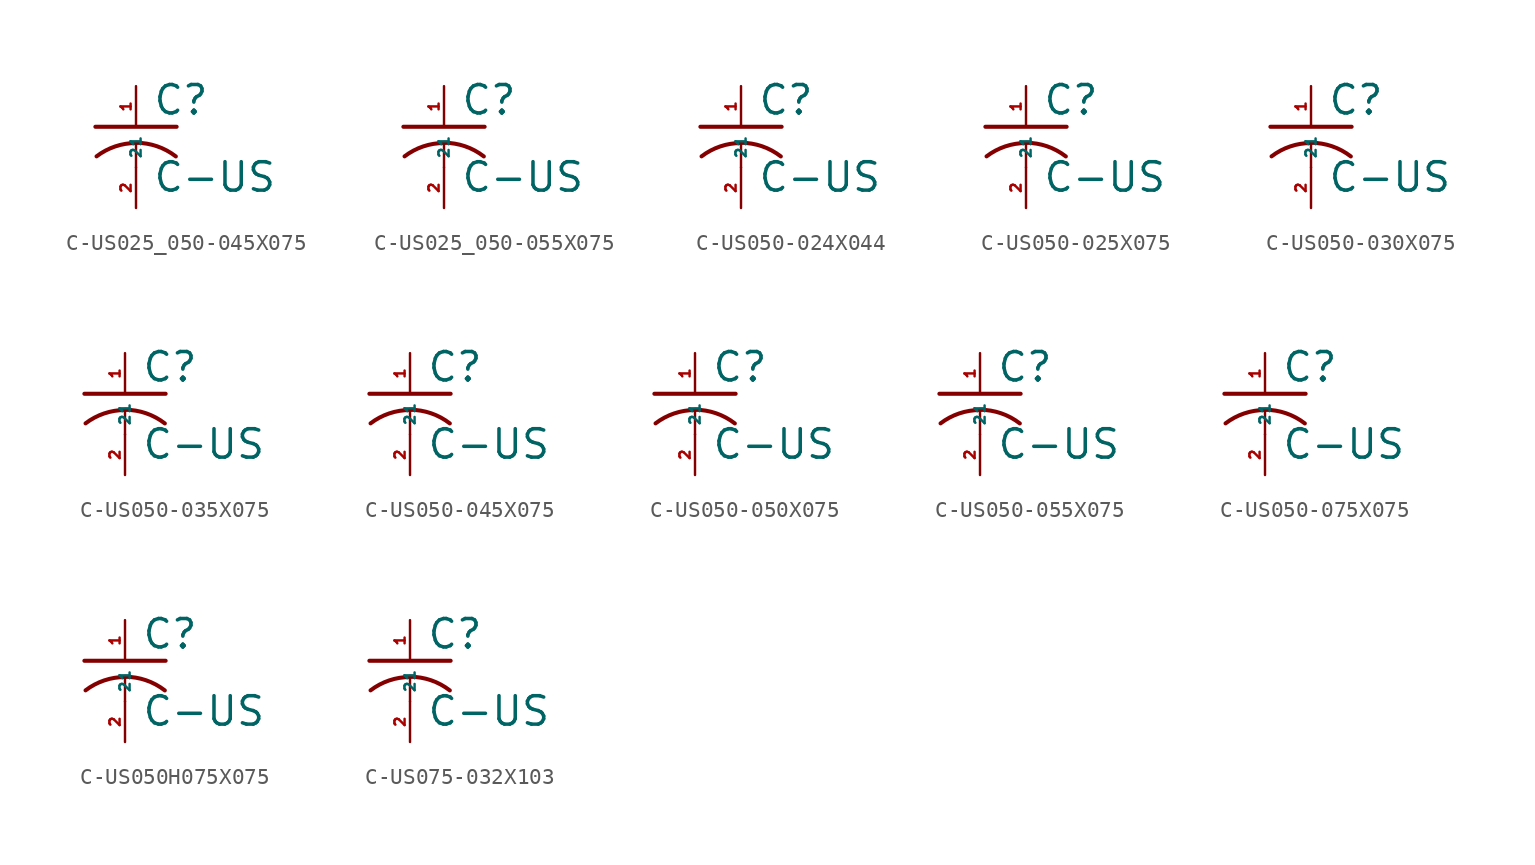
<source format=kicad_sym>
(kicad_symbol_lib
  (version 20220914)
  (generator Eagle2Kicad)
  (symbol "C-US025_050-045X075"
    (property "Reference" "C"
      (at 1.016 0.635 0)
      (effects (font (size 1.778 1.778) (thickness 0.22)) (justify left bottom)))
    (property "Value" "C-US"
      (at 1.016 -4.191 0)
      (effects (font (size 1.778 1.778) (thickness 0.22)) (justify left bottom)))
    (polyline
      (pts (xy -2.54 0) (xy 2.54 0))
      (stroke (width 0.254) (type default))
      (fill (type none)))
    (polyline
      (pts (xy 0 -1.016) (xy 0 -2.54))
      (stroke (width 0.152) (type default))
      (fill (type none)))
    (arc
      (start 2.4892 -1.8542)
      (mid 1.316 -1.220)
      (end 0 -1)
      (stroke (width 0.254) (type default))
      (fill (type none)))
    (arc
      (start 0 -1.0161)
      (mid -1.302 -1.230)
      (end -2.4668 -1.8504)
      (stroke (width 0.254) (type default))
      (fill (type none)))
    (pin passive line
      (at 0 2.54 270)
      (length 2.54)
      (name "1" (effects (font (size 0.635 0.635) (thickness 0.08)) (justify left bottom)))
      (number "1" (effects (font (size 0.635 0.635) (thickness 0.08)) (justify left bottom))))
    (pin passive line
      (at 0 -5.08 90)
      (length 2.54)
      (name "2" (effects (font (size 0.635 0.635) (thickness 0.08)) (justify left bottom)))
      (number "2" (effects (font (size 0.635 0.635) (thickness 0.08)) (justify left bottom)))))
  (symbol "C-US025_050-055X075"
    (property "Reference" "C"
      (at 1.016 0.635 0)
      (effects (font (size 1.778 1.778) (thickness 0.22)) (justify left bottom)))
    (property "Value" "C-US"
      (at 1.016 -4.191 0)
      (effects (font (size 1.778 1.778) (thickness 0.22)) (justify left bottom)))
    (polyline
      (pts (xy -2.54 0) (xy 2.54 0))
      (stroke (width 0.254) (type default))
      (fill (type none)))
    (polyline
      (pts (xy 0 -1.016) (xy 0 -2.54))
      (stroke (width 0.152) (type default))
      (fill (type none)))
    (arc
      (start 2.4892 -1.8542)
      (mid 1.316 -1.220)
      (end 0 -1)
      (stroke (width 0.254) (type default))
      (fill (type none)))
    (arc
      (start 0 -1.0161)
      (mid -1.302 -1.230)
      (end -2.4668 -1.8504)
      (stroke (width 0.254) (type default))
      (fill (type none)))
    (pin passive line
      (at 0 2.54 270)
      (length 2.54)
      (name "1" (effects (font (size 0.635 0.635) (thickness 0.08)) (justify left bottom)))
      (number "1" (effects (font (size 0.635 0.635) (thickness 0.08)) (justify left bottom))))
    (pin passive line
      (at 0 -5.08 90)
      (length 2.54)
      (name "2" (effects (font (size 0.635 0.635) (thickness 0.08)) (justify left bottom)))
      (number "2" (effects (font (size 0.635 0.635) (thickness 0.08)) (justify left bottom)))))
  (symbol "C-US050-024X044"
    (property "Reference" "C"
      (at 1.016 0.635 0)
      (effects (font (size 1.778 1.778) (thickness 0.22)) (justify left bottom)))
    (property "Value" "C-US"
      (at 1.016 -4.191 0)
      (effects (font (size 1.778 1.778) (thickness 0.22)) (justify left bottom)))
    (polyline
      (pts (xy -2.54 0) (xy 2.54 0))
      (stroke (width 0.254) (type default))
      (fill (type none)))
    (polyline
      (pts (xy 0 -1.016) (xy 0 -2.54))
      (stroke (width 0.152) (type default))
      (fill (type none)))
    (arc
      (start 2.4892 -1.8542)
      (mid 1.316 -1.220)
      (end 0 -1)
      (stroke (width 0.254) (type default))
      (fill (type none)))
    (arc
      (start 0 -1.0161)
      (mid -1.302 -1.230)
      (end -2.4668 -1.8504)
      (stroke (width 0.254) (type default))
      (fill (type none)))
    (pin passive line
      (at 0 2.54 270)
      (length 2.54)
      (name "1" (effects (font (size 0.635 0.635) (thickness 0.08)) (justify left bottom)))
      (number "1" (effects (font (size 0.635 0.635) (thickness 0.08)) (justify left bottom))))
    (pin passive line
      (at 0 -5.08 90)
      (length 2.54)
      (name "2" (effects (font (size 0.635 0.635) (thickness 0.08)) (justify left bottom)))
      (number "2" (effects (font (size 0.635 0.635) (thickness 0.08)) (justify left bottom)))))
  (symbol "C-US050-025X075"
    (property "Reference" "C"
      (at 1.016 0.635 0)
      (effects (font (size 1.778 1.778) (thickness 0.22)) (justify left bottom)))
    (property "Value" "C-US"
      (at 1.016 -4.191 0)
      (effects (font (size 1.778 1.778) (thickness 0.22)) (justify left bottom)))
    (polyline
      (pts (xy -2.54 0) (xy 2.54 0))
      (stroke (width 0.254) (type default))
      (fill (type none)))
    (polyline
      (pts (xy 0 -1.016) (xy 0 -2.54))
      (stroke (width 0.152) (type default))
      (fill (type none)))
    (arc
      (start 2.4892 -1.8542)
      (mid 1.316 -1.220)
      (end 0 -1)
      (stroke (width 0.254) (type default))
      (fill (type none)))
    (arc
      (start 0 -1.0161)
      (mid -1.302 -1.230)
      (end -2.4668 -1.8504)
      (stroke (width 0.254) (type default))
      (fill (type none)))
    (pin passive line
      (at 0 2.54 270)
      (length 2.54)
      (name "1" (effects (font (size 0.635 0.635) (thickness 0.08)) (justify left bottom)))
      (number "1" (effects (font (size 0.635 0.635) (thickness 0.08)) (justify left bottom))))
    (pin passive line
      (at 0 -5.08 90)
      (length 2.54)
      (name "2" (effects (font (size 0.635 0.635) (thickness 0.08)) (justify left bottom)))
      (number "2" (effects (font (size 0.635 0.635) (thickness 0.08)) (justify left bottom)))))
  (symbol "C-US050-030X075"
    (property "Reference" "C"
      (at 1.016 0.635 0)
      (effects (font (size 1.778 1.778) (thickness 0.22)) (justify left bottom)))
    (property "Value" "C-US"
      (at 1.016 -4.191 0)
      (effects (font (size 1.778 1.778) (thickness 0.22)) (justify left bottom)))
    (polyline
      (pts (xy -2.54 0) (xy 2.54 0))
      (stroke (width 0.254) (type default))
      (fill (type none)))
    (polyline
      (pts (xy 0 -1.016) (xy 0 -2.54))
      (stroke (width 0.152) (type default))
      (fill (type none)))
    (arc
      (start 2.4892 -1.8542)
      (mid 1.316 -1.220)
      (end 0 -1)
      (stroke (width 0.254) (type default))
      (fill (type none)))
    (arc
      (start 0 -1.0161)
      (mid -1.302 -1.230)
      (end -2.4668 -1.8504)
      (stroke (width 0.254) (type default))
      (fill (type none)))
    (pin passive line
      (at 0 2.54 270)
      (length 2.54)
      (name "1" (effects (font (size 0.635 0.635) (thickness 0.08)) (justify left bottom)))
      (number "1" (effects (font (size 0.635 0.635) (thickness 0.08)) (justify left bottom))))
    (pin passive line
      (at 0 -5.08 90)
      (length 2.54)
      (name "2" (effects (font (size 0.635 0.635) (thickness 0.08)) (justify left bottom)))
      (number "2" (effects (font (size 0.635 0.635) (thickness 0.08)) (justify left bottom)))))
  (symbol "C-US050-035X075"
    (property "Reference" "C"
      (at 1.016 0.635 0)
      (effects (font (size 1.778 1.778) (thickness 0.22)) (justify left bottom)))
    (property "Value" "C-US"
      (at 1.016 -4.191 0)
      (effects (font (size 1.778 1.778) (thickness 0.22)) (justify left bottom)))
    (polyline
      (pts (xy -2.54 0) (xy 2.54 0))
      (stroke (width 0.254) (type default))
      (fill (type none)))
    (polyline
      (pts (xy 0 -1.016) (xy 0 -2.54))
      (stroke (width 0.152) (type default))
      (fill (type none)))
    (arc
      (start 2.4892 -1.8542)
      (mid 1.316 -1.220)
      (end 0 -1)
      (stroke (width 0.254) (type default))
      (fill (type none)))
    (arc
      (start 0 -1.0161)
      (mid -1.302 -1.230)
      (end -2.4668 -1.8504)
      (stroke (width 0.254) (type default))
      (fill (type none)))
    (pin passive line
      (at 0 2.54 270)
      (length 2.54)
      (name "1" (effects (font (size 0.635 0.635) (thickness 0.08)) (justify left bottom)))
      (number "1" (effects (font (size 0.635 0.635) (thickness 0.08)) (justify left bottom))))
    (pin passive line
      (at 0 -5.08 90)
      (length 2.54)
      (name "2" (effects (font (size 0.635 0.635) (thickness 0.08)) (justify left bottom)))
      (number "2" (effects (font (size 0.635 0.635) (thickness 0.08)) (justify left bottom)))))
  (symbol "C-US050-045X075"
    (property "Reference" "C"
      (at 1.016 0.635 0)
      (effects (font (size 1.778 1.778) (thickness 0.22)) (justify left bottom)))
    (property "Value" "C-US"
      (at 1.016 -4.191 0)
      (effects (font (size 1.778 1.778) (thickness 0.22)) (justify left bottom)))
    (polyline
      (pts (xy -2.54 0) (xy 2.54 0))
      (stroke (width 0.254) (type default))
      (fill (type none)))
    (polyline
      (pts (xy 0 -1.016) (xy 0 -2.54))
      (stroke (width 0.152) (type default))
      (fill (type none)))
    (arc
      (start 2.4892 -1.8542)
      (mid 1.316 -1.220)
      (end 0 -1)
      (stroke (width 0.254) (type default))
      (fill (type none)))
    (arc
      (start 0 -1.0161)
      (mid -1.302 -1.230)
      (end -2.4668 -1.8504)
      (stroke (width 0.254) (type default))
      (fill (type none)))
    (pin passive line
      (at 0 2.54 270)
      (length 2.54)
      (name "1" (effects (font (size 0.635 0.635) (thickness 0.08)) (justify left bottom)))
      (number "1" (effects (font (size 0.635 0.635) (thickness 0.08)) (justify left bottom))))
    (pin passive line
      (at 0 -5.08 90)
      (length 2.54)
      (name "2" (effects (font (size 0.635 0.635) (thickness 0.08)) (justify left bottom)))
      (number "2" (effects (font (size 0.635 0.635) (thickness 0.08)) (justify left bottom)))))
  (symbol "C-US050-050X075"
    (property "Reference" "C"
      (at 1.016 0.635 0)
      (effects (font (size 1.778 1.778) (thickness 0.22)) (justify left bottom)))
    (property "Value" "C-US"
      (at 1.016 -4.191 0)
      (effects (font (size 1.778 1.778) (thickness 0.22)) (justify left bottom)))
    (polyline
      (pts (xy -2.54 0) (xy 2.54 0))
      (stroke (width 0.254) (type default))
      (fill (type none)))
    (polyline
      (pts (xy 0 -1.016) (xy 0 -2.54))
      (stroke (width 0.152) (type default))
      (fill (type none)))
    (arc
      (start 2.4892 -1.8542)
      (mid 1.316 -1.220)
      (end 0 -1)
      (stroke (width 0.254) (type default))
      (fill (type none)))
    (arc
      (start 0 -1.0161)
      (mid -1.302 -1.230)
      (end -2.4668 -1.8504)
      (stroke (width 0.254) (type default))
      (fill (type none)))
    (pin passive line
      (at 0 2.54 270)
      (length 2.54)
      (name "1" (effects (font (size 0.635 0.635) (thickness 0.08)) (justify left bottom)))
      (number "1" (effects (font (size 0.635 0.635) (thickness 0.08)) (justify left bottom))))
    (pin passive line
      (at 0 -5.08 90)
      (length 2.54)
      (name "2" (effects (font (size 0.635 0.635) (thickness 0.08)) (justify left bottom)))
      (number "2" (effects (font (size 0.635 0.635) (thickness 0.08)) (justify left bottom)))))
  (symbol "C-US050-055X075"
    (property "Reference" "C"
      (at 1.016 0.635 0)
      (effects (font (size 1.778 1.778) (thickness 0.22)) (justify left bottom)))
    (property "Value" "C-US"
      (at 1.016 -4.191 0)
      (effects (font (size 1.778 1.778) (thickness 0.22)) (justify left bottom)))
    (polyline
      (pts (xy -2.54 0) (xy 2.54 0))
      (stroke (width 0.254) (type default))
      (fill (type none)))
    (polyline
      (pts (xy 0 -1.016) (xy 0 -2.54))
      (stroke (width 0.152) (type default))
      (fill (type none)))
    (arc
      (start 2.4892 -1.8542)
      (mid 1.316 -1.220)
      (end 0 -1)
      (stroke (width 0.254) (type default))
      (fill (type none)))
    (arc
      (start 0 -1.0161)
      (mid -1.302 -1.230)
      (end -2.4668 -1.8504)
      (stroke (width 0.254) (type default))
      (fill (type none)))
    (pin passive line
      (at 0 2.54 270)
      (length 2.54)
      (name "1" (effects (font (size 0.635 0.635) (thickness 0.08)) (justify left bottom)))
      (number "1" (effects (font (size 0.635 0.635) (thickness 0.08)) (justify left bottom))))
    (pin passive line
      (at 0 -5.08 90)
      (length 2.54)
      (name "2" (effects (font (size 0.635 0.635) (thickness 0.08)) (justify left bottom)))
      (number "2" (effects (font (size 0.635 0.635) (thickness 0.08)) (justify left bottom)))))
  (symbol "C-US050-075X075"
    (property "Reference" "C"
      (at 1.016 0.635 0)
      (effects (font (size 1.778 1.778) (thickness 0.22)) (justify left bottom)))
    (property "Value" "C-US"
      (at 1.016 -4.191 0)
      (effects (font (size 1.778 1.778) (thickness 0.22)) (justify left bottom)))
    (polyline
      (pts (xy -2.54 0) (xy 2.54 0))
      (stroke (width 0.254) (type default))
      (fill (type none)))
    (polyline
      (pts (xy 0 -1.016) (xy 0 -2.54))
      (stroke (width 0.152) (type default))
      (fill (type none)))
    (arc
      (start 2.4892 -1.8542)
      (mid 1.316 -1.220)
      (end 0 -1)
      (stroke (width 0.254) (type default))
      (fill (type none)))
    (arc
      (start 0 -1.0161)
      (mid -1.302 -1.230)
      (end -2.4668 -1.8504)
      (stroke (width 0.254) (type default))
      (fill (type none)))
    (pin passive line
      (at 0 2.54 270)
      (length 2.54)
      (name "1" (effects (font (size 0.635 0.635) (thickness 0.08)) (justify left bottom)))
      (number "1" (effects (font (size 0.635 0.635) (thickness 0.08)) (justify left bottom))))
    (pin passive line
      (at 0 -5.08 90)
      (length 2.54)
      (name "2" (effects (font (size 0.635 0.635) (thickness 0.08)) (justify left bottom)))
      (number "2" (effects (font (size 0.635 0.635) (thickness 0.08)) (justify left bottom)))))
  (symbol "C-US050H075X075"
    (property "Reference" "C"
      (at 1.016 0.635 0)
      (effects (font (size 1.778 1.778) (thickness 0.22)) (justify left bottom)))
    (property "Value" "C-US"
      (at 1.016 -4.191 0)
      (effects (font (size 1.778 1.778) (thickness 0.22)) (justify left bottom)))
    (polyline
      (pts (xy -2.54 0) (xy 2.54 0))
      (stroke (width 0.254) (type default))
      (fill (type none)))
    (polyline
      (pts (xy 0 -1.016) (xy 0 -2.54))
      (stroke (width 0.152) (type default))
      (fill (type none)))
    (arc
      (start 2.4892 -1.8542)
      (mid 1.316 -1.220)
      (end 0 -1)
      (stroke (width 0.254) (type default))
      (fill (type none)))
    (arc
      (start 0 -1.0161)
      (mid -1.302 -1.230)
      (end -2.4668 -1.8504)
      (stroke (width 0.254) (type default))
      (fill (type none)))
    (pin passive line
      (at 0 2.54 270)
      (length 2.54)
      (name "1" (effects (font (size 0.635 0.635) (thickness 0.08)) (justify left bottom)))
      (number "1" (effects (font (size 0.635 0.635) (thickness 0.08)) (justify left bottom))))
    (pin passive line
      (at 0 -5.08 90)
      (length 2.54)
      (name "2" (effects (font (size 0.635 0.635) (thickness 0.08)) (justify left bottom)))
      (number "2" (effects (font (size 0.635 0.635) (thickness 0.08)) (justify left bottom)))))
  (symbol "C-US075-032X103"
    (property "Reference" "C"
      (at 1.016 0.635 0)
      (effects (font (size 1.778 1.778) (thickness 0.22)) (justify left bottom)))
    (property "Value" "C-US"
      (at 1.016 -4.191 0)
      (effects (font (size 1.778 1.778) (thickness 0.22)) (justify left bottom)))
    (polyline
      (pts (xy -2.54 0) (xy 2.54 0))
      (stroke (width 0.254) (type default))
      (fill (type none)))
    (polyline
      (pts (xy 0 -1.016) (xy 0 -2.54))
      (stroke (width 0.152) (type default))
      (fill (type none)))
    (arc
      (start 2.4892 -1.8542)
      (mid 1.316 -1.220)
      (end 0 -1)
      (stroke (width 0.254) (type default))
      (fill (type none)))
    (arc
      (start 0 -1.0161)
      (mid -1.302 -1.230)
      (end -2.4668 -1.8504)
      (stroke (width 0.254) (type default))
      (fill (type none)))
    (pin passive line
      (at 0 2.54 270)
      (length 2.54)
      (name "1" (effects (font (size 0.635 0.635) (thickness 0.08)) (justify left bottom)))
      (number "1" (effects (font (size 0.635 0.635) (thickness 0.08)) (justify left bottom))))
    (pin passive line
      (at 0 -5.08 90)
      (length 2.54)
      (name "2" (effects (font (size 0.635 0.635) (thickness 0.08)) (justify left bottom)))
      (number "2" (effects (font (size 0.635 0.635) (thickness 0.08)) (justify left bottom))))))
</source>
